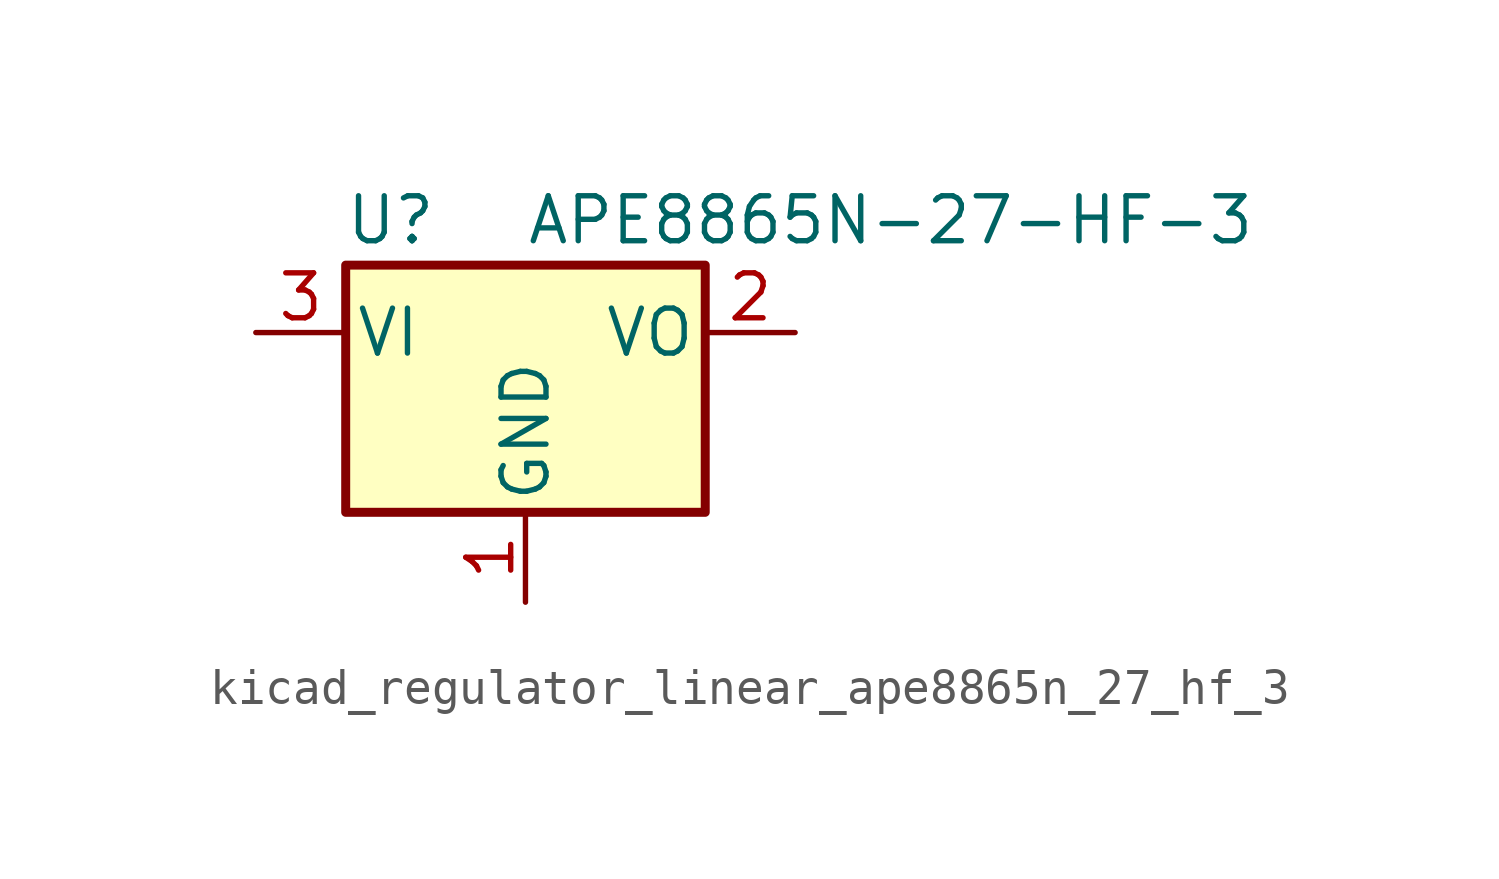
<source format=kicad_sym>
(kicad_symbol_lib
  (version 20220914)
  (generator kicad_symbol_editor)
  (symbol "kicad_regulator_linear_ape8865n_27_hf_3"
    (pin_names
      (offset 0.254))
    (property "Reference" "U"
      (at -3.81 3.175 0)
      (effects (font (size 1.27 1.27))))
    (property "Value" "APE8865N-27-HF-3"
      (at 0 3.175 0)
      (effects (font (size 1.27 1.27)) (justify left)))
    (symbol "kicad_regulator_linear_ape8865n_27_hf_3_0_1"
      (rectangle (start -5.08 1.905) (end 5.08 -5.08) (stroke (width 0.254) (type default)) (fill (type background))))
    (symbol "kicad_regulator_linear_ape8865n_27_hf_3_1_1"
      (pin power_in line (at 0 -7.62 90) (length 2.54) (name "GND" (effects (font (size 1.27 1.27)))) (number "1" (effects (font (size 1.27 1.27)))))
      (pin power_out line (at 7.62 0 180) (length 2.54) (name "VO" (effects (font (size 1.27 1.27)))) (number "2" (effects (font (size 1.27 1.27)))))
      (pin power_in line (at -7.62 0 0) (length 2.54) (name "VI" (effects (font (size 1.27 1.27)))) (number "3" (effects (font (size 1.27 1.27))))))))
</source>
